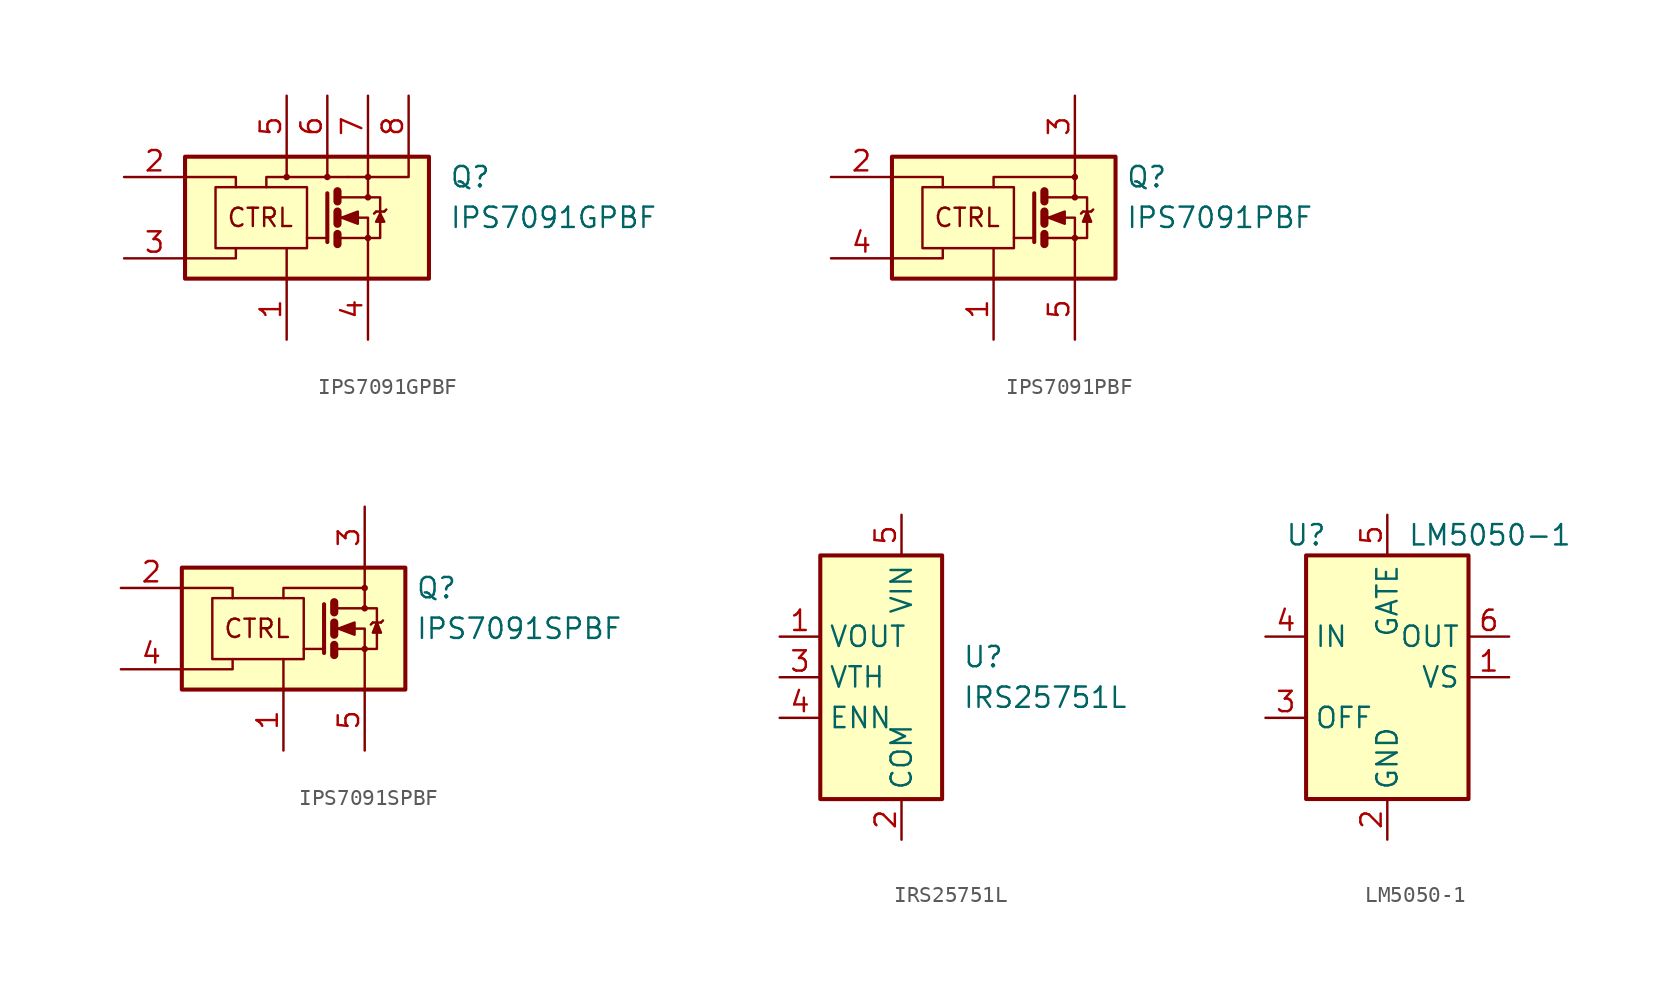
<source format=kicad_sym>
(kicad_symbol_lib
  (version 20201005)
  (generator kicad_symbol_editor)
  (symbol "Power_Management:IPS7091GPBF"
    (pin_names
      (offset 0) hide)
    (property "Reference" "Q"
      (at 10.16 2.54 0)
      (effects (font (size 1.27 1.27)) (justify left)))
    (property "Value" "IPS7091GPBF"
      (at 10.16 0 0)
      (effects (font (size 1.27 1.27)) (justify left)))
    (symbol "IPS7091GPBF_0_0"
      (circle (center 0 2.54) (radius 0.127) (stroke (width 0)) (fill (type none)))
      (circle (center 2.54 2.54) (radius 0.127) (stroke (width 0)) (fill (type none)))
      (circle (center 5.08 2.54) (radius 0.127) (stroke (width 0)) (fill (type none)))
      (text "CTRL" (at -1.651 0 0) (effects (font (size 1.143 1.143))))
      (rectangle (start -6.35 3.81) (end 8.89 -3.81) (stroke (width 0.254)) (fill (type background)))
      (polyline (pts (xy 0 -3.81) (xy 0 -1.905)) (stroke (width 0)) (fill (type none)))
      (polyline (pts (xy 0 2.54) (xy 0 3.81)) (stroke (width 0)) (fill (type none)))
      (polyline (pts (xy 2.54 2.54) (xy 2.54 3.81)) (stroke (width 0)) (fill (type none)))
      (polyline (pts (xy -6.35 -2.54) (xy -3.175 -2.54) (xy -3.175 -1.905)) (stroke (width 0)) (fill (type none)))
      (polyline (pts (xy -6.35 2.54) (xy -3.175 2.54) (xy -3.175 1.905)) (stroke (width 0)) (fill (type none)))
      (polyline (pts (xy -1.27 1.905) (xy -1.27 2.54) (xy 3.81 2.54)) (stroke (width 0)) (fill (type none)))
      (polyline (pts (xy 3.81 2.54) (xy 5.08 2.54) (xy 5.08 3.81)) (stroke (width 0)) (fill (type none))))
    (symbol "IPS7091GPBF_0_1"
      (circle (center 5.08 -1.27) (radius 0.127) (stroke (width 0)) (fill (type none)))
      (circle (center 5.08 1.27) (radius 0.127) (stroke (width 0)) (fill (type none)))
      (rectangle (start -4.445 1.905) (end 1.27 -1.905) (stroke (width 0)) (fill (type none)))
      (polyline (pts (xy 2.54 -1.27) (xy 1.27 -1.27)) (stroke (width 0)) (fill (type none)))
      (polyline (pts (xy 3.175 -1.016) (xy 3.175 -1.651)) (stroke (width 0.508)) (fill (type none)))
      (polyline (pts (xy 3.175 0.381) (xy 3.175 -0.381)) (stroke (width 0.508)) (fill (type none)))
      (polyline (pts (xy 3.175 1.651) (xy 3.175 1.016)) (stroke (width 0.508)) (fill (type none)))
      (polyline (pts (xy 3.302 -1.27) (xy 5.08 -1.27)) (stroke (width 0)) (fill (type none)))
      (polyline (pts (xy 3.302 1.27) (xy 5.08 1.27)) (stroke (width 0)) (fill (type none)))
      (polyline (pts (xy 5.08 1.27) (xy 5.08 2.54)) (stroke (width 0)) (fill (type none)))
      (polyline (pts (xy 5.588 0.381) (xy 5.461 0.254)) (stroke (width 0)) (fill (type none)))
      (polyline (pts (xy 5.588 0.381) (xy 6.096 0.381)) (stroke (width 0)) (fill (type none)))
      (polyline (pts (xy 6.096 0.381) (xy 6.223 0.508)) (stroke (width 0)) (fill (type none)))
      (polyline (pts (xy 2.54 1.524) (xy 2.54 -1.524) (xy 2.54 -1.524)) (stroke (width 0.254)) (fill (type none)))
      (polyline (pts (xy 3.302 0) (xy 5.08 0) (xy 5.08 -3.81)) (stroke (width 0)) (fill (type none)))
      (polyline (pts (xy 5.08 2.54) (xy 7.62 2.54) (xy 7.62 3.81)) (stroke (width 0)) (fill (type none)))
      (polyline (pts (xy 5.08 1.27) (xy 5.842 1.27) (xy 5.842 -1.27) (xy 5.08 -1.27)) (stroke (width 0)) (fill (type none)))
      (polyline (pts (xy 5.842 0.254) (xy 5.588 -0.254) (xy 6.096 -0.254) (xy 5.842 0.254)) (stroke (width 0)) (fill (type outline)))
      (polyline (pts (xy 3.429 0) (xy 4.445 0.381) (xy 4.445 -0.381) (xy 3.429 0) (xy 3.556 0) (xy 3.556 0)) (stroke (width 0)) (fill (type outline))))
    (symbol "IPS7091GPBF_1_1"
      (pin power_in line (at 0 -7.62 90) (length 3.81) (name "GND" (effects (font (size 1.27 1.27)))) (number "1" (effects (font (size 1.27 1.27)))))
      (pin input line (at -10.16 2.54 0) (length 3.81) (name "IN" (effects (font (size 1.27 1.27)))) (number "2" (effects (font (size 1.27 1.27)))))
      (pin bidirectional line (at -10.16 -2.54 0) (length 3.81) (name "DG" (effects (font (size 1.27 1.27)))) (number "3" (effects (font (size 1.27 1.27)))))
      (pin output line (at 5.08 -7.62 90) (length 3.81) (name "OUT" (effects (font (size 1.27 1.27)))) (number "4" (effects (font (size 1.27 1.27)))))
      (pin power_in line (at 0 7.62 270) (length 3.81) (name "VCC" (effects (font (size 1.27 1.27)))) (number "5" (effects (font (size 1.27 1.27)))))
      (pin power_in line (at 2.54 7.62 270) (length 3.81) (name "~" (effects (font (size 1.27 1.27)))) (number "6" (effects (font (size 1.27 1.27)))))
      (pin power_in line (at 5.08 7.62 270) (length 3.81) (name "~" (effects (font (size 1.27 1.27)))) (number "7" (effects (font (size 1.27 1.27)))))
      (pin power_in line (at 7.62 7.62 270) (length 3.81) (name "~" (effects (font (size 1.27 1.27)))) (number "8" (effects (font (size 1.27 1.27)))))))
  (symbol "Power_Management:IPS7091PBF"
    (pin_names
      (offset 0) hide)
    (property "Reference" "Q"
      (at 8.255 2.54 0)
      (effects (font (size 1.27 1.27)) (justify left)))
    (property "Value" "IPS7091PBF"
      (at 8.255 0 0)
      (effects (font (size 1.27 1.27)) (justify left)))
    (symbol "IPS7091PBF_0_0"
      (circle (center 5.08 2.54) (radius 0.127) (stroke (width 0)) (fill (type none)))
      (text "CTRL" (at -1.651 0 0) (effects (font (size 1.143 1.143))))
      (rectangle (start -6.35 3.81) (end 7.62 -3.81) (stroke (width 0.254)) (fill (type background)))
      (polyline (pts (xy 0 -3.81) (xy 0 -1.905)) (stroke (width 0)) (fill (type none)))
      (polyline (pts (xy -6.35 -2.54) (xy -3.175 -2.54) (xy -3.175 -1.905)) (stroke (width 0)) (fill (type none)))
      (polyline (pts (xy -6.35 2.54) (xy -3.175 2.54) (xy -3.175 1.905)) (stroke (width 0)) (fill (type none)))
      (polyline (pts (xy 0 1.905) (xy 0 2.54) (xy 5.08 2.54)) (stroke (width 0)) (fill (type none))))
    (symbol "IPS7091PBF_0_1"
      (circle (center 5.08 -1.27) (radius 0.127) (stroke (width 0)) (fill (type none)))
      (circle (center 5.08 1.27) (radius 0.127) (stroke (width 0)) (fill (type none)))
      (rectangle (start -4.445 1.905) (end 1.27 -1.905) (stroke (width 0)) (fill (type none)))
      (polyline (pts (xy 2.54 -1.27) (xy 1.27 -1.27)) (stroke (width 0)) (fill (type none)))
      (polyline (pts (xy 3.175 -1.016) (xy 3.175 -1.651)) (stroke (width 0.508)) (fill (type none)))
      (polyline (pts (xy 3.175 0.381) (xy 3.175 -0.381)) (stroke (width 0.508)) (fill (type none)))
      (polyline (pts (xy 3.175 1.651) (xy 3.175 1.016)) (stroke (width 0.508)) (fill (type none)))
      (polyline (pts (xy 5.588 0.381) (xy 5.461 0.254)) (stroke (width 0)) (fill (type none)))
      (polyline (pts (xy 5.588 0.381) (xy 6.096 0.381)) (stroke (width 0)) (fill (type none)))
      (polyline (pts (xy 6.096 0.381) (xy 6.223 0.508)) (stroke (width 0)) (fill (type none)))
      (polyline (pts (xy 2.54 1.524) (xy 2.54 -1.524) (xy 2.54 -1.524)) (stroke (width 0.254)) (fill (type none)))
      (polyline (pts (xy 3.302 0) (xy 5.08 0) (xy 5.08 -3.81)) (stroke (width 0)) (fill (type none)))
      (polyline (pts (xy 5.08 3.81) (xy 5.08 1.27) (xy 3.302 1.27)) (stroke (width 0)) (fill (type none)))
      (polyline (pts (xy 3.302 -1.27) (xy 5.842 -1.27) (xy 5.842 1.27) (xy 5.08 1.27)) (stroke (width 0)) (fill (type none)))
      (polyline (pts (xy 5.842 0.381) (xy 5.588 -0.254) (xy 6.096 -0.254) (xy 5.842 0.381)) (stroke (width 0)) (fill (type outline)))
      (polyline (pts (xy 3.429 0) (xy 4.445 0.381) (xy 4.445 -0.381) (xy 3.429 0) (xy 3.556 0) (xy 3.556 0)) (stroke (width 0)) (fill (type outline))))
    (symbol "IPS7091PBF_1_1"
      (pin power_in line (at 0 -7.62 90) (length 3.81) (name "GND" (effects (font (size 1.27 1.27)))) (number "1" (effects (font (size 1.27 1.27)))))
      (pin input line (at -10.16 2.54 0) (length 3.81) (name "IN" (effects (font (size 1.27 1.27)))) (number "2" (effects (font (size 1.27 1.27)))))
      (pin power_in line (at 5.08 7.62 270) (length 3.81) (name "VCC" (effects (font (size 1.27 1.27)))) (number "3" (effects (font (size 1.27 1.27)))))
      (pin bidirectional line (at -10.16 -2.54 0) (length 3.81) (name "DG" (effects (font (size 1.27 1.27)))) (number "4" (effects (font (size 1.27 1.27)))))
      (pin output line (at 5.08 -7.62 90) (length 3.81) (name "OUT" (effects (font (size 1.27 1.27)))) (number "5" (effects (font (size 1.27 1.27)))))))
  (symbol "Power_Management:IPS7091SPBF"
    (pin_names
      (offset 0) hide)
    (property "Reference" "Q"
      (at 8.255 2.54 0)
      (effects (font (size 1.27 1.27)) (justify left)))
    (property "Value" "IPS7091SPBF"
      (at 8.255 0 0)
      (effects (font (size 1.27 1.27)) (justify left)))
    (symbol "IPS7091SPBF_0_0"
      (circle (center 5.08 2.54) (radius 0.127) (stroke (width 0)) (fill (type none)))
      (text "CTRL" (at -1.651 0 0) (effects (font (size 1.143 1.143))))
      (rectangle (start -6.35 3.81) (end 7.62 -3.81) (stroke (width 0.254)) (fill (type background)))
      (polyline (pts (xy 0 -3.81) (xy 0 -1.905)) (stroke (width 0)) (fill (type none)))
      (polyline (pts (xy -6.35 -2.54) (xy -3.175 -2.54) (xy -3.175 -1.905)) (stroke (width 0)) (fill (type none)))
      (polyline (pts (xy -6.35 2.54) (xy -3.175 2.54) (xy -3.175 1.905)) (stroke (width 0)) (fill (type none)))
      (polyline (pts (xy 0 1.905) (xy 0 2.54) (xy 5.08 2.54)) (stroke (width 0)) (fill (type none))))
    (symbol "IPS7091SPBF_0_1"
      (circle (center 5.08 -1.27) (radius 0.127) (stroke (width 0)) (fill (type none)))
      (circle (center 5.08 1.27) (radius 0.127) (stroke (width 0)) (fill (type none)))
      (rectangle (start -4.445 1.905) (end 1.27 -1.905) (stroke (width 0)) (fill (type none)))
      (polyline (pts (xy 2.54 -1.27) (xy 1.27 -1.27)) (stroke (width 0)) (fill (type none)))
      (polyline (pts (xy 3.175 -1.016) (xy 3.175 -1.651)) (stroke (width 0.508)) (fill (type none)))
      (polyline (pts (xy 3.175 0.381) (xy 3.175 -0.381)) (stroke (width 0.508)) (fill (type none)))
      (polyline (pts (xy 3.175 1.651) (xy 3.175 1.016)) (stroke (width 0.508)) (fill (type none)))
      (polyline (pts (xy 5.08 1.27) (xy 5.08 3.81)) (stroke (width 0)) (fill (type none)))
      (polyline (pts (xy 5.588 0.381) (xy 5.461 0.254)) (stroke (width 0)) (fill (type none)))
      (polyline (pts (xy 5.588 0.381) (xy 6.096 0.381)) (stroke (width 0)) (fill (type none)))
      (polyline (pts (xy 6.096 0.381) (xy 6.223 0.508)) (stroke (width 0)) (fill (type none)))
      (polyline (pts (xy 2.54 1.524) (xy 2.54 -1.524) (xy 2.54 -1.524)) (stroke (width 0.254)) (fill (type none)))
      (polyline (pts (xy 3.302 0) (xy 5.08 0) (xy 5.08 -3.81)) (stroke (width 0)) (fill (type none)))
      (polyline (pts (xy 3.302 -1.27) (xy 5.842 -1.27) (xy 5.842 1.27) (xy 3.302 1.27)) (stroke (width 0)) (fill (type none)))
      (polyline (pts (xy 5.842 0.381) (xy 5.588 -0.254) (xy 6.096 -0.254) (xy 5.842 0.381)) (stroke (width 0)) (fill (type outline)))
      (polyline (pts (xy 3.429 0) (xy 4.445 0.381) (xy 4.445 -0.381) (xy 3.429 0) (xy 3.556 0) (xy 3.556 0)) (stroke (width 0)) (fill (type outline))))
    (symbol "IPS7091SPBF_1_1"
      (pin power_in line (at 0 -7.62 90) (length 3.81) (name "GND" (effects (font (size 1.27 1.27)))) (number "1" (effects (font (size 1.27 1.27)))))
      (pin input line (at -10.16 2.54 0) (length 3.81) (name "IN" (effects (font (size 1.27 1.27)))) (number "2" (effects (font (size 1.27 1.27)))))
      (pin power_in line (at 5.08 7.62 270) (length 3.81) (name "VCC" (effects (font (size 1.27 1.27)))) (number "3" (effects (font (size 1.27 1.27)))))
      (pin bidirectional line (at -10.16 -2.54 0) (length 3.81) (name "DG" (effects (font (size 1.27 1.27)))) (number "4" (effects (font (size 1.27 1.27)))))
      (pin output line (at 5.08 -7.62 90) (length 3.81) (name "OUT" (effects (font (size 1.27 1.27)))) (number "5" (effects (font (size 1.27 1.27)))))))
  (symbol "Power_Management:IRS25751L"
    (property "Reference" "U"
      (at 3.81 1.27 0)
      (effects (font (size 1.27 1.27)) (justify left)))
    (property "Value" "IRS25751L"
      (at 3.81 -1.27 0)
      (effects (font (size 1.27 1.27)) (justify left)))
    (symbol "IRS25751L_0_1"
      (rectangle (start -5.08 -7.62) (end 2.54 7.62) (stroke (width 0.254)) (fill (type background))))
    (symbol "IRS25751L_1_1"
      (pin power_out line (at -7.62 2.54 0) (length 2.54) (name "VOUT" (effects (font (size 1.27 1.27)))) (number "1" (effects (font (size 1.27 1.27)))))
      (pin power_in line (at 0 -10.16 90) (length 2.54) (name "COM" (effects (font (size 1.27 1.27)))) (number "2" (effects (font (size 1.27 1.27)))))
      (pin input line (at -7.62 0 0) (length 2.54) (name "VTH" (effects (font (size 1.27 1.27)))) (number "3" (effects (font (size 1.27 1.27)))))
      (pin input line (at -7.62 -2.54 0) (length 2.54) (name "ENN" (effects (font (size 1.27 1.27)))) (number "4" (effects (font (size 1.27 1.27)))))
      (pin power_in line (at 0 10.16 270) (length 2.54) (name "VIN" (effects (font (size 1.27 1.27)))) (number "5" (effects (font (size 1.27 1.27)))))))
  (symbol "Power_Management:LM5050-1"
    (property "Reference" "U"
      (at -5.08 8.89 0)
      (effects (font (size 1.27 1.27))))
    (property "Value" "LM5050-1"
      (at 1.27 8.89 0)
      (effects (font (size 1.27 1.27)) (justify left)))
    (symbol "LM5050-1_0_1"
      (rectangle (start -5.08 7.62) (end 5.08 -7.62) (stroke (width 0.254)) (fill (type background))))
    (symbol "LM5050-1_1_1"
      (pin passive line (at 7.62 0 180) (length 2.54) (name "VS" (effects (font (size 1.27 1.27)))) (number "1" (effects (font (size 1.27 1.27)))))
      (pin power_in line (at 0 -10.16 90) (length 2.54) (name "GND" (effects (font (size 1.27 1.27)))) (number "2" (effects (font (size 1.27 1.27)))))
      (pin input line (at -7.62 -2.54 0) (length 2.54) (name "OFF" (effects (font (size 1.27 1.27)))) (number "3" (effects (font (size 1.27 1.27)))))
      (pin input line (at -7.62 2.54 0) (length 2.54) (name "IN" (effects (font (size 1.27 1.27)))) (number "4" (effects (font (size 1.27 1.27)))))
      (pin output line (at 0 10.16 270) (length 2.54) (name "GATE" (effects (font (size 1.27 1.27)))) (number "5" (effects (font (size 1.27 1.27)))))
      (pin input line (at 7.62 2.54 180) (length 2.54) (name "OUT" (effects (font (size 1.27 1.27)))) (number "6" (effects (font (size 1.27 1.27))))))))
</source>
